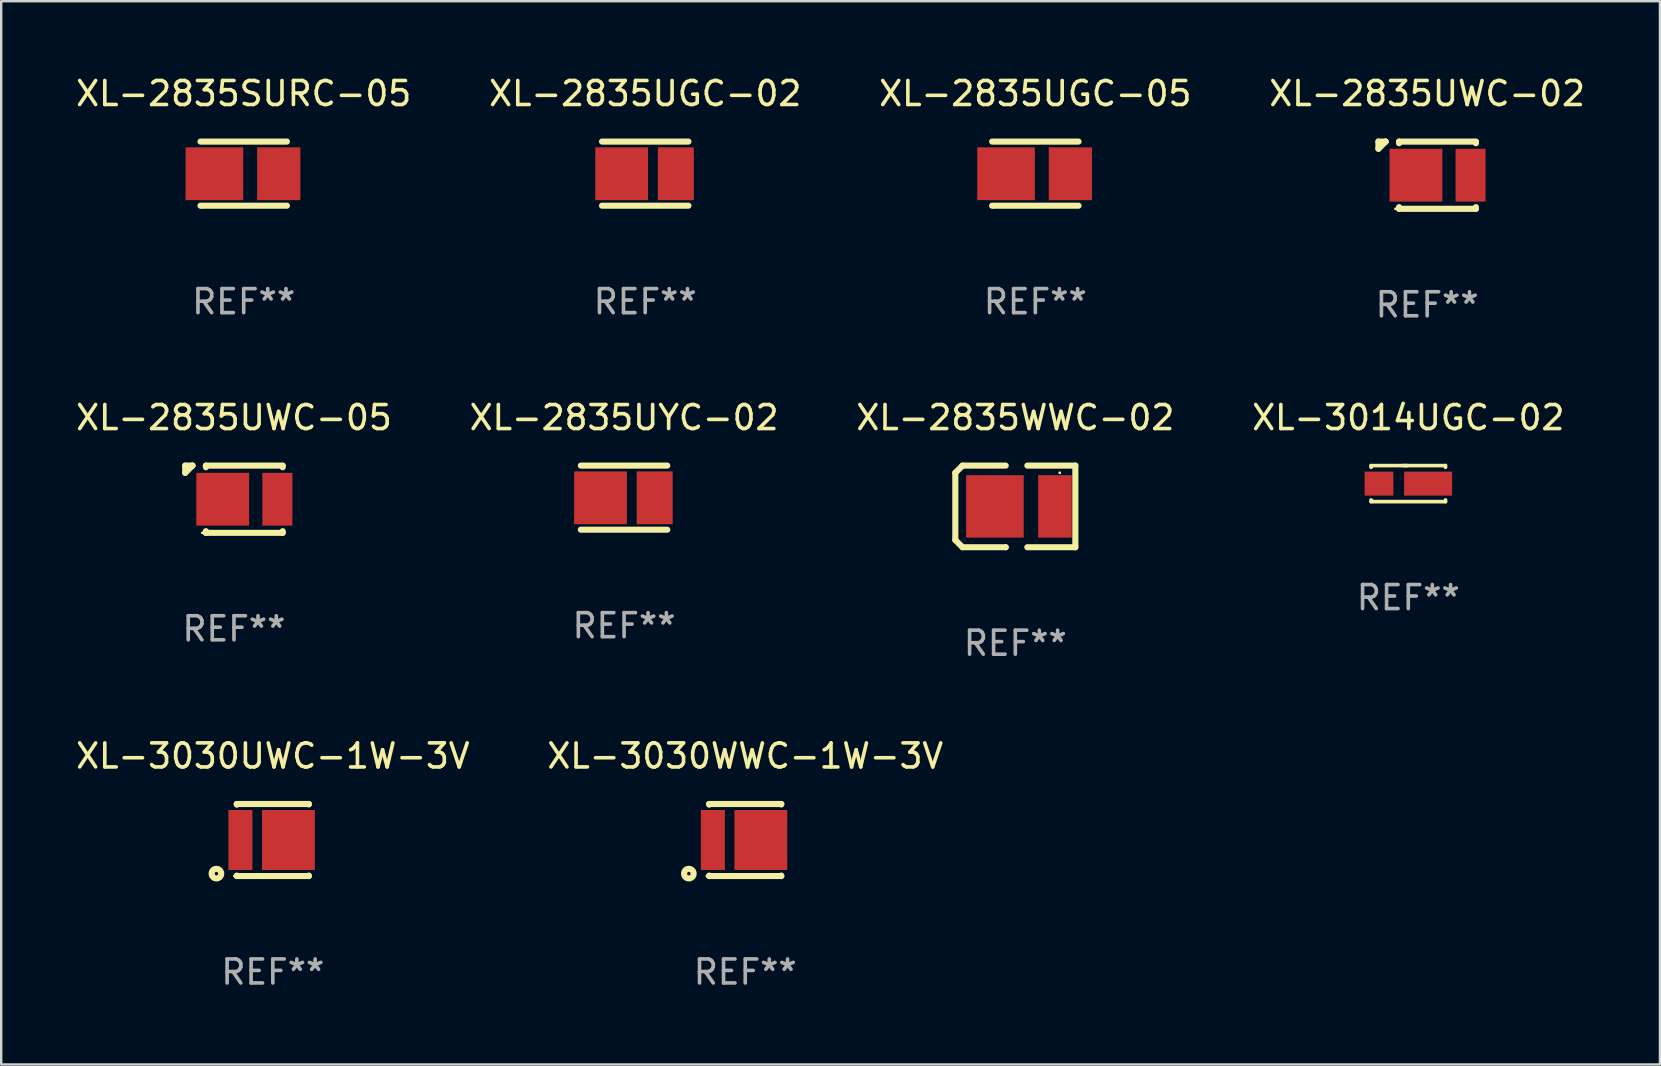
<source format=kicad_pcb>
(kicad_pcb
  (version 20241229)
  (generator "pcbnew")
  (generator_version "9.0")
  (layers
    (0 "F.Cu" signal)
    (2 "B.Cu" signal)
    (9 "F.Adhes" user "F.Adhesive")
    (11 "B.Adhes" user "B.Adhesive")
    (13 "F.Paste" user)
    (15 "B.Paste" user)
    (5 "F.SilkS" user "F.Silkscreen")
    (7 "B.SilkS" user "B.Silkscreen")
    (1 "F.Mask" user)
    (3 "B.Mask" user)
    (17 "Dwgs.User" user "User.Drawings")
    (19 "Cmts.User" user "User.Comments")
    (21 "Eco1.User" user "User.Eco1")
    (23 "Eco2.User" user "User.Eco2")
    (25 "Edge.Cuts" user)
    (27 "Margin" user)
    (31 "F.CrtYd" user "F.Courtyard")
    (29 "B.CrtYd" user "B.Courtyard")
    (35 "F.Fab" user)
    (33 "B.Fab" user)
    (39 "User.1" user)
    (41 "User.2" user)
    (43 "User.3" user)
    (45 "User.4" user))
  (footprint "XL-2835UWC-02"
    (layer "F.Cu")
    (at 56.399 4.248)
    (property "Reference" "XL-2835UWC-02" (at 0 -3.4 0) (layer "F.SilkS") (effects (font (size 1 1) (thickness 0.15))))
    (attr through_hole)
    (fp_line (start -2.03 -1.4) (end -2.03 -1.1) (stroke (width 0.254) (type solid)) (layer "F.SilkS"))
    (fp_line (start -1.73 -1.4) (end -2.03 -1.1) (stroke (width 0.254) (type solid)) (layer "F.SilkS"))
    (fp_line (start -1.73 -1.4) (end -2.03 -1.4) (stroke (width 0.254) (type solid)) (layer "F.SilkS"))
    (fp_line (start -1.73 -1.4) (end -1.73 -1.4) (stroke (width 0.254) (type solid)) (layer "F.SilkS"))
    (fp_line (start -1.17 -1.4) (end -1.17 -1.331) (stroke (width 0.254) (type solid)) (layer "F.SilkS"))
    (fp_line (start -1.17 1.331) (end -1.17 1.4) (stroke (width 0.254) (type solid)) (layer "F.SilkS"))
    (fp_line (start -1.17 1.4) (end 2.03 1.4) (stroke (width 0.254) (type solid)) (layer "F.SilkS"))
    (fp_line (start 2.03 -1.4) (end -1.17 -1.4) (stroke (width 0.254) (type solid)) (layer "F.SilkS"))
    (fp_line (start 2.03 -1.331) (end 2.03 -1.39) (stroke (width 0.254) (type solid)) (layer "F.SilkS"))
    (fp_line (start 2.03 1.4) (end 2.03 1.331) (stroke (width 0.254) (type solid)) (layer "F.SilkS"))
    (fp_circle (center -1.32 1.4) (end -1.29 1.4) (stroke (width 0.06) (type solid)) (fill no) (layer "F.SilkS"))
    (fp_text user "REF**" (at 0 5.4 0) (layer "F.Fab") (effects (font (size 1 1) (thickness 0.15))))
    (pad "1" smd rect (at -0.468 0 180) (size 2.2 2.2) (layers "F.Cu" "F.Mask" "F.Paste"))
    (pad "2" smd rect (at 1.808 0 180) (size 1.25 2.2) (layers "F.Cu" "F.Mask" "F.Paste")))
  (footprint "XL-2835SURC-05"
    (layer "F.Cu")
    (at 7.101 4.183)
    (property "Reference" "XL-2835SURC-05" (at 0 -3.335 0) (layer "F.SilkS") (effects (font (size 1 1) (thickness 0.15))))
    (attr through_hole)
    (fp_line (start -1.8 -1.335) (end 1.8 -1.335) (stroke (width 0.254) (type solid)) (layer "F.SilkS"))
    (fp_line (start 1.8 1.335) (end -1.8 1.335) (stroke (width 0.254) (type solid)) (layer "F.SilkS"))
    (fp_circle (center -1.75 1.405) (end -1.72 1.405) (stroke (width 0.06) (type solid)) (fill no) (layer "F.SilkS"))
    (fp_text user "REF**" (at 0 5.335 0) (layer "F.Fab") (effects (font (size 1 1) (thickness 0.15))))
    (pad "1" smd rect (at -1.22 0.005) (size 2.4 2.2) (layers "F.Cu" "F.Mask" "F.Paste"))
    (pad "2" smd rect (at 1.46 0.005) (size 1.8 2.2) (layers "F.Cu" "F.Mask" "F.Paste")))
  (footprint "XL-2835UWC-05"
    (layer "F.Cu")
    (at 6.696 17.745)
    (property "Reference" "XL-2835UWC-05" (at 0 -3.4 0) (layer "F.SilkS") (effects (font (size 1 1) (thickness 0.15))))
    (attr through_hole)
    (fp_line (start -2.03 -1.4) (end -2.03 -1.1) (stroke (width 0.254) (type solid)) (layer "F.SilkS"))
    (fp_line (start -1.73 -1.4) (end -2.03 -1.1) (stroke (width 0.254) (type solid)) (layer "F.SilkS"))
    (fp_line (start -1.73 -1.4) (end -2.03 -1.4) (stroke (width 0.254) (type solid)) (layer "F.SilkS"))
    (fp_line (start -1.73 -1.4) (end -1.73 -1.4) (stroke (width 0.254) (type solid)) (layer "F.SilkS"))
    (fp_line (start -1.17 -1.4) (end -1.17 -1.331) (stroke (width 0.254) (type solid)) (layer "F.SilkS"))
    (fp_line (start -1.17 1.331) (end -1.17 1.4) (stroke (width 0.254) (type solid)) (layer "F.SilkS"))
    (fp_line (start -1.17 1.4) (end 2.03 1.4) (stroke (width 0.254) (type solid)) (layer "F.SilkS"))
    (fp_line (start 2.03 -1.4) (end -1.17 -1.4) (stroke (width 0.254) (type solid)) (layer "F.SilkS"))
    (fp_line (start 2.03 -1.331) (end 2.03 -1.39) (stroke (width 0.254) (type solid)) (layer "F.SilkS"))
    (fp_line (start 2.03 1.4) (end 2.03 1.331) (stroke (width 0.254) (type solid)) (layer "F.SilkS"))
    (fp_circle (center -1.32 1.4) (end -1.29 1.4) (stroke (width 0.06) (type solid)) (fill no) (layer "F.SilkS"))
    (fp_text user "REF**" (at 0 5.4 0) (layer "F.Fab") (effects (font (size 1 1) (thickness 0.15))))
    (pad "1" smd rect (at -0.468 0 180) (size 2.2 2.2) (layers "F.Cu" "F.Mask" "F.Paste"))
    (pad "2" smd rect (at 1.808 0 180) (size 1.25 2.2) (layers "F.Cu" "F.Mask" "F.Paste")))
  (footprint "XL-2835WWC-02"
    (layer "F.Cu")
    (at 39.244 18.045)
    (property "Reference" "XL-2835WWC-02" (at 0 -3.7 0) (layer "F.SilkS") (effects (font (size 1 1) (thickness 0.15))))
    (attr through_hole)
    (fp_line (start -2.5 1.4) (end -2.2 1.7) (stroke (width 0.254) (type solid)) (layer "F.SilkS"))
    (fp_line (start -2.5 -1.4) (end -2.5 1.4) (stroke (width 0.254) (type solid)) (layer "F.SilkS"))
    (fp_line (start -2.2 1.7) (end -0.4 1.7) (stroke (width 0.254) (type solid)) (layer "F.SilkS"))
    (fp_line (start -2.2 -1.7) (end -2.5 -1.4) (stroke (width 0.254) (type solid)) (layer "F.SilkS"))
    (fp_line (start -0.4 -1.7) (end -2.2 -1.7) (stroke (width 0.254) (type solid)) (layer "F.SilkS"))
    (fp_line (start -0.4 1.7) (end -0.4 1.7) (stroke (width 0.254) (type solid)) (layer "F.SilkS"))
    (fp_line (start 0.5 -1.7) (end 2.5 -1.7) (stroke (width 0.254) (type solid)) (layer "F.SilkS"))
    (fp_line (start 2.5 -1.7) (end 2.5 1.7) (stroke (width 0.254) (type solid)) (layer "F.SilkS"))
    (fp_line (start 2.5 1.7) (end 0.5 1.7) (stroke (width 0.254) (type solid)) (layer "F.SilkS"))
    (fp_circle (center 1.85 -1.4) (end 1.88 -1.4) (stroke (width 0.06) (type solid)) (fill no) (layer "F.SilkS"))
    (fp_text user "REF**" (at 0 5.7 0) (layer "F.Fab") (effects (font (size 1 1) (thickness 0.15))))
    (pad "1" smd rect (at 1.65 0 180) (size 1.4 2.6) (layers "F.Cu" "F.Mask" "F.Paste"))
    (pad "2" smd rect (at -0.85 0) (size 2.4 2.6) (layers "F.Cu" "F.Mask" "F.Paste")))
  (footprint "XL-3030WWC-1W-3V"
    (layer "F.Cu")
    (at 27.994 31.941)
    (property "Reference" "XL-3030WWC-1W-3V" (at 0 -3.5 0) (layer "F.SilkS") (effects (font (size 1 1) (thickness 0.15))))
    (attr through_hole)
    (fp_line (start -1.5 -1.5) (end 1.5 -1.5) (stroke (width 0.254) (type solid)) (layer "F.SilkS"))
    (fp_line (start -1.5 -1.481) (end -1.5 -1.5) (stroke (width 0.254) (type solid)) (layer "F.SilkS"))
    (fp_line (start -1.5 -1.481) (end -1.5 -1.5) (stroke (width 0.254) (type solid)) (layer "F.SilkS"))
    (fp_line (start -1.5 1.5) (end -1.5 1.481) (stroke (width 0.254) (type solid)) (layer "F.SilkS"))
    (fp_line (start 1.5 -1.5) (end 1.5 -1.481) (stroke (width 0.254) (type solid)) (layer "F.SilkS"))
    (fp_line (start 1.5 1.481) (end 1.5 1.5) (stroke (width 0.254) (type solid)) (layer "F.SilkS"))
    (fp_line (start 1.5 1.5) (end -1.5 1.5) (stroke (width 0.254) (type solid)) (layer "F.SilkS"))
    (fp_circle (center -2.35 1.4) (end -2.15 1.4) (stroke (width 0.254) (type solid)) (fill no) (layer "F.SilkS"))
    (fp_circle (center -1.6 1.5) (end -1.57 1.5) (stroke (width 0.06) (type solid)) (fill no) (layer "F.SilkS"))
    (fp_text user "REF**" (at 0 5.5 0) (layer "F.Fab") (effects (font (size 1 1) (thickness 0.15))))
    (pad "1" smd rect (at -1.35 0 180) (size 1 2.5) (layers "F.Cu" "F.Mask" "F.Paste"))
    (pad "2" smd rect (at 0.65 0 180) (size 2.2 2.5) (layers "F.Cu" "F.Mask" "F.Paste")))
  (footprint "XL-3030UWC-1W-3V"
    (layer "F.Cu")
    (at 8.315 31.941)
    (property "Reference" "XL-3030UWC-1W-3V" (at 0 -3.5 0) (layer "F.SilkS") (effects (font (size 1 1) (thickness 0.15))))
    (attr through_hole)
    (fp_line (start -1.5 -1.5) (end 1.5 -1.5) (stroke (width 0.254) (type solid)) (layer "F.SilkS"))
    (fp_line (start -1.5 -1.481) (end -1.5 -1.5) (stroke (width 0.254) (type solid)) (layer "F.SilkS"))
    (fp_line (start -1.5 -1.481) (end -1.5 -1.5) (stroke (width 0.254) (type solid)) (layer "F.SilkS"))
    (fp_line (start -1.5 1.5) (end -1.5 1.481) (stroke (width 0.254) (type solid)) (layer "F.SilkS"))
    (fp_line (start 1.5 -1.5) (end 1.5 -1.481) (stroke (width 0.254) (type solid)) (layer "F.SilkS"))
    (fp_line (start 1.5 1.481) (end 1.5 1.5) (stroke (width 0.254) (type solid)) (layer "F.SilkS"))
    (fp_line (start 1.5 1.5) (end -1.5 1.5) (stroke (width 0.254) (type solid)) (layer "F.SilkS"))
    (fp_circle (center -2.35 1.4) (end -2.15 1.4) (stroke (width 0.254) (type solid)) (fill no) (layer "F.SilkS"))
    (fp_circle (center -1.6 1.5) (end -1.57 1.5) (stroke (width 0.06) (type solid)) (fill no) (layer "F.SilkS"))
    (fp_text user "REF**" (at 0 5.5 0) (layer "F.Fab") (effects (font (size 1 1) (thickness 0.15))))
    (pad "1" smd rect (at -1.35 0 180) (size 1 2.5) (layers "F.Cu" "F.Mask" "F.Paste"))
    (pad "2" smd rect (at 0.65 0 180) (size 2.2 2.5) (layers "F.Cu" "F.Mask" "F.Paste")))
  (footprint "XL-3014UGC-02"
    (layer "F.Cu")
    (at 55.613 17.095)
    (property "Reference" "XL-3014UGC-02" (at 0 -2.75 0) (layer "F.SilkS") (effects (font (size 1 1) (thickness 0.15))))
    (attr through_hole)
    (fp_line (start -1.55 -0.75) (end -1.55 -0.68) (stroke (width 0.152) (type solid)) (layer "F.SilkS"))
    (fp_line (start -1.55 0.68) (end -1.55 0.75) (stroke (width 0.152) (type solid)) (layer "F.SilkS"))
    (fp_line (start -1.55 0.75) (end 1.55 0.75) (stroke (width 0.152) (type solid)) (layer "F.SilkS"))
    (fp_line (start -0.05 -0.75) (end -1.55 -0.75) (stroke (width 0.152) (type solid)) (layer "F.SilkS"))
    (fp_line (start 1.55 -0.75) (end -0.2 -0.75) (stroke (width 0.152) (type solid)) (layer "F.SilkS"))
    (fp_line (start 1.55 -0.68) (end 1.55 -0.75) (stroke (width 0.152) (type solid)) (layer "F.SilkS"))
    (fp_line (start 1.55 0.75) (end 1.55 0.68) (stroke (width 0.152) (type solid)) (layer "F.SilkS"))
    (fp_circle (center -1.503 0.7) (end -1.473 0.7) (stroke (width 0.06) (type solid)) (fill no) (layer "F.SilkS"))
    (fp_text user "REF**" (at 0 4.75 0) (layer "F.Fab") (effects (font (size 1 1) (thickness 0.15))))
    (pad "1" smd rect (at -1.22 -0.000089) (size 1.2 1) (layers "F.Cu" "F.Mask" "F.Paste"))
    (pad "2" smd rect (at 0.825 -0.000089) (size 2 1) (layers "F.Cu" "F.Mask" "F.Paste")))
  (footprint "XL-2835UGC-05"
    (layer "F.Cu")
    (at 40.077 4.183)
    (property "Reference" "XL-2835UGC-05" (at 0 -3.335 0) (layer "F.SilkS") (effects (font (size 1 1) (thickness 0.15))))
    (attr through_hole)
    (fp_line (start -1.8 -1.335) (end 1.8 -1.335) (stroke (width 0.254) (type solid)) (layer "F.SilkS"))
    (fp_line (start 1.8 1.335) (end -1.8 1.335) (stroke (width 0.254) (type solid)) (layer "F.SilkS"))
    (fp_circle (center -1.75 1.405) (end -1.72 1.405) (stroke (width 0.06) (type solid)) (fill no) (layer "F.SilkS"))
    (fp_text user "REF**" (at 0 5.335 0) (layer "F.Fab") (effects (font (size 1 1) (thickness 0.15))))
    (pad "1" smd rect (at -1.22 0.005) (size 2.4 2.2) (layers "F.Cu" "F.Mask" "F.Paste"))
    (pad "2" smd rect (at 1.46 0.005) (size 1.8 2.2) (layers "F.Cu" "F.Mask" "F.Paste")))
  (footprint "XL-2835UGC-02"
    (layer "F.Cu")
    (at 23.827 4.183)
    (property "Reference" "XL-2835UGC-02" (at 0 -3.335 0) (layer "F.SilkS") (effects (font (size 1 1) (thickness 0.15))))
    (attr through_hole)
    (fp_line (start -1.8 -1.335) (end 1.8 -1.335) (stroke (width 0.254) (type solid)) (layer "F.SilkS"))
    (fp_line (start 1.8 1.335) (end -1.8 1.335) (stroke (width 0.254) (type solid)) (layer "F.SilkS"))
    (fp_circle (center 1.75 -1.395) (end 1.78 -1.395) (stroke (width 0.06) (type solid)) (fill no) (layer "F.SilkS"))
    (fp_text user "REF**" (at 0 5.335 0) (layer "F.Fab") (effects (font (size 1 1) (thickness 0.15))))
    (pad "1" smd rect (at 1.275 0.005) (size 1.5 2.2) (layers "F.Cu" "F.Mask" "F.Paste"))
    (pad "2" smd rect (at -0.981 0.005) (size 2.2 2.2) (layers "F.Cu" "F.Mask" "F.Paste")))
  (footprint "XL-2835UYC-02"
    (layer "F.Cu")
    (at 22.946 17.68)
    (property "Reference" "XL-2835UYC-02" (at 0 -3.335 0) (layer "F.SilkS") (effects (font (size 1 1) (thickness 0.15))))
    (attr through_hole)
    (fp_line (start -1.8 -1.335) (end 1.8 -1.335) (stroke (width 0.254) (type solid)) (layer "F.SilkS"))
    (fp_line (start 1.8 1.335) (end -1.8 1.335) (stroke (width 0.254) (type solid)) (layer "F.SilkS"))
    (fp_circle (center 1.75 -1.395) (end 1.78 -1.395) (stroke (width 0.06) (type solid)) (fill no) (layer "F.SilkS"))
    (fp_text user "REF**" (at 0 5.335 0) (layer "F.Fab") (effects (font (size 1 1) (thickness 0.15))))
    (pad "1" smd rect (at 1.275 0.005) (size 1.5 2.2) (layers "F.Cu" "F.Mask" "F.Paste"))
    (pad "2" smd rect (at -0.981 0.005) (size 2.2 2.2) (layers "F.Cu" "F.Mask" "F.Paste")))
  (gr_rect
    (start -3 -3)
    (end 66.095 41.29)
    (stroke (width 0.1) (type default))
    (fill no)
    (layer "Edge.Cuts")))
</source>
